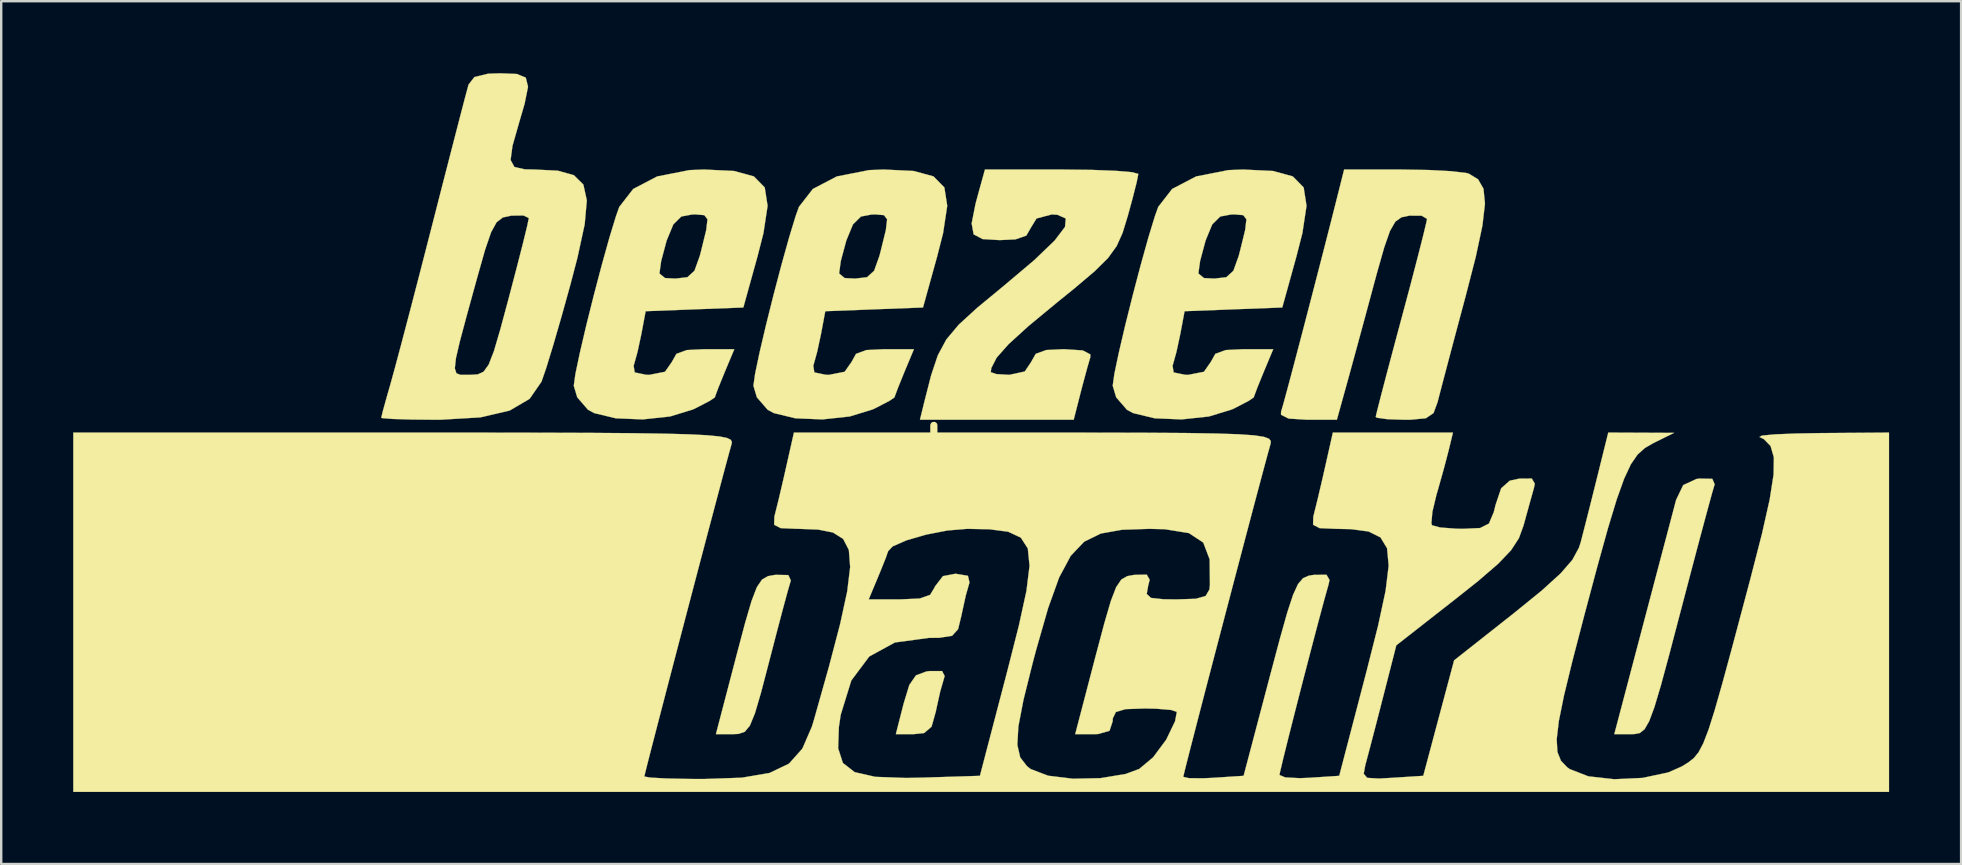
<source format=kicad_pcb>
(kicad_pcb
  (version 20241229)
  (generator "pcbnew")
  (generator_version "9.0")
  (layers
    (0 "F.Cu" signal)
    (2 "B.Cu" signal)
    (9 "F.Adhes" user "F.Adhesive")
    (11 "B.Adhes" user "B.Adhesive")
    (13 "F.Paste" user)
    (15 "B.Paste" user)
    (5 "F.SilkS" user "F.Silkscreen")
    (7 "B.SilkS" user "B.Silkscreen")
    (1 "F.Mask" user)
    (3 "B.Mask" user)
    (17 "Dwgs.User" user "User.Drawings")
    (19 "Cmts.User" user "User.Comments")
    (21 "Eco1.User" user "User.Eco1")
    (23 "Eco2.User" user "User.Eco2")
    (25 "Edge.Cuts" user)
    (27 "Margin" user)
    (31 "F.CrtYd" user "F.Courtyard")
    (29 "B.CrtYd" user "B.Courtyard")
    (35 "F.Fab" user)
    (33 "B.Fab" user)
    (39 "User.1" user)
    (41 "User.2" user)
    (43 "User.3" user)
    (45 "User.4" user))
  (footprint "logo"
    (layer "F.Cu")
    (at 37.971 15.512)
    (property "Reference" "logo" (at 0 0 0) (layer "F.SilkS") (effects (font (size 1.524 1.524) (thickness 0.3))))
    (attr through_hole)
    (fp_poly (pts (xy -1.653 9.611) (xy -1.685 9.719) (xy -1.838 10.248) (xy -2.004 10.998) (xy -2.019 11.077) (xy -2.2 11.722) (xy -2.51 11.987) (xy -2.943 12.032) (xy -3.688 12.032) (xy -3.365 10.762) (xy -3.126 9.98) (xy -2.849 9.581) (xy -2.42 9.422) (xy -2.287 9.403) (xy -1.762 9.402) (xy -1.653 9.611)) (stroke (width 0.01) (type solid)) (fill yes) (layer "F.SilkS"))
    (fp_poly (pts (xy -8.168 5.403) (xy -8.064 5.629) (xy -8.074 5.66) (xy -8.188 6.05) (xy -8.402 6.839) (xy -8.684 7.91) (xy -8.973 9.024) (xy -9.309 10.31) (xy -9.561 11.166) (xy -9.772 11.678) (xy -9.985 11.934) (xy -10.244 12.022) (xy -10.466 12.032) (xy -11.187 12.032) (xy -10.33 8.756) (xy -9.972 7.404) (xy -9.702 6.483) (xy -9.481 5.908) (xy -9.267 5.591) (xy -9.018 5.448) (xy -8.711 5.393) (xy -8.168 5.403)) (stroke (width 0.01) (type solid)) (fill yes) (layer "F.SilkS"))
    (fp_poly (pts (xy 30.336 1.392) (xy 30.435 1.62) (xy 30.425 1.65) (xy 30.32 2.01) (xy 30.104 2.801) (xy 29.799 3.937) (xy 29.43 5.332) (xy 29.019 6.899) (xy 28.987 7.018) (xy 28.534 8.744) (xy 28.188 10.02) (xy 27.921 10.914) (xy 27.705 11.494) (xy 27.513 11.828) (xy 27.319 11.984) (xy 27.094 12.029) (xy 26.965 12.032) (xy 26.252 12.032) (xy 27.433 7.553) (xy 27.837 6.023) (xy 28.207 4.62) (xy 28.517 3.448) (xy 28.737 2.613) (xy 28.827 2.273) (xy 29.123 1.653) (xy 29.672 1.4) (xy 29.797 1.382) (xy 30.336 1.392)) (stroke (width 0.01) (type solid)) (fill yes) (layer "F.SilkS"))
    (fp_poly (pts (xy 18.488 -11.478) (xy 19.436 -11.429) (xy 20.062 -11.358) (xy 20.185 -11.327) (xy 20.575 -11.09) (xy 20.801 -10.696) (xy 20.862 -10.074) (xy 20.755 -9.153) (xy 20.479 -7.861) (xy 20.069 -6.268) (xy 19.695 -4.87) (xy 19.358 -3.601) (xy 19.088 -2.579) (xy 18.916 -1.919) (xy 18.887 -1.805) (xy 18.718 -1.347) (xy 18.399 -1.132) (xy 17.762 -1.071) (xy 17.508 -1.069) (xy 16.791 -1.093) (xy 16.363 -1.153) (xy 16.309 -1.189) (xy 16.376 -1.475) (xy 16.558 -2.185) (xy 16.832 -3.228) (xy 17.174 -4.511) (xy 17.377 -5.266) (xy 17.747 -6.65) (xy 18.061 -7.853) (xy 18.296 -8.778) (xy 18.428 -9.332) (xy 18.447 -9.442) (xy 18.22 -9.574) (xy 17.714 -9.576) (xy 17.382 -9.507) (xy 17.128 -9.326) (xy 16.905 -8.94) (xy 16.665 -8.256) (xy 16.359 -7.18) (xy 16.225 -6.684) (xy 15.866 -5.352) (xy 15.511 -4.047) (xy 15.213 -2.955) (xy 15.08 -2.473) (xy 14.69 -1.069) (xy 13.466 -1.069) (xy 12.678 -1.119) (xy 12.362 -1.279) (xy 12.365 -1.404) (xy 12.468 -1.756) (xy 12.677 -2.529) (xy 12.969 -3.629) (xy 13.318 -4.959) (xy 13.698 -6.422) (xy 14.086 -7.922) (xy 14.455 -9.364) (xy 14.741 -10.494) (xy 14.993 -11.497) (xy 17.367 -11.497) (xy 18.488 -11.478)) (stroke (width 0.01) (type solid)) (fill yes) (layer "F.SilkS"))
    (fp_poly (pts (xy 4.457 -11.483) (xy 5.471 -11.444) (xy 6.158 -11.386) (xy 6.417 -11.315) (xy 6.417 -11.314) (xy 6.35 -10.978) (xy 6.175 -10.288) (xy 5.973 -9.55) (xy 5.76 -8.855) (xy 5.515 -8.31) (xy 5.155 -7.811) (xy 4.593 -7.255) (xy 3.744 -6.537) (xy 3.057 -5.981) (xy 1.842 -4.977) (xy 1.011 -4.221) (xy 0.512 -3.657) (xy 0.291 -3.227) (xy 0.267 -3.053) (xy 0.499 -2.973) (xy 1.038 -2.941) (xy 1.685 -3.081) (xy 1.949 -3.476) (xy 2.14 -3.816) (xy 2.578 -3.975) (xy 3.309 -4.011) (xy 4.101 -3.959) (xy 4.417 -3.793) (xy 4.416 -3.676) (xy 4.284 -3.222) (xy 4.086 -2.487) (xy 4.013 -2.206) (xy 3.723 -1.069) (xy -2.684 -1.069) (xy -2.504 -1.805) (xy -2.217 -2.926) (xy -1.939 -3.755) (xy -1.585 -4.414) (xy -1.069 -5.03) (xy -0.307 -5.728) (xy 0.788 -6.632) (xy 0.8 -6.642) (xy 2.081 -7.723) (xy 2.929 -8.537) (xy 3.361 -9.107) (xy 3.393 -9.458) (xy 3.04 -9.613) (xy 2.802 -9.625) (xy 2.174 -9.457) (xy 1.949 -9.091) (xy 1.75 -8.744) (xy 1.296 -8.587) (xy 0.637 -8.556) (xy -0.074 -8.599) (xy -0.447 -8.796) (xy -0.529 -9.251) (xy -0.368 -10.068) (xy -0.253 -10.494) (xy 0.025 -11.497) (xy 3.221 -11.497) (xy 4.457 -11.483)) (stroke (width 0.01) (type solid)) (fill yes) (layer "F.SilkS"))
    (fp_poly (pts (xy -10.433 -11.437) (xy -9.605 -11.211) (xy -9.152 -10.75) (xy -9.033 -9.985) (xy -9.205 -8.848) (xy -9.457 -7.864) (xy -10.044 -5.748) (xy -12.079 -5.671) (xy -14.115 -5.593) (xy -14.292 -4.649) (xy -14.452 -3.904) (xy -14.604 -3.355) (xy -14.616 -3.323) (xy -14.571 -3.042) (xy -14.092 -2.943) (xy -13.963 -2.941) (xy -13.308 -3.069) (xy -13.024 -3.476) (xy -12.834 -3.815) (xy -12.4 -3.974) (xy -11.652 -4.011) (xy -10.42 -4.011) (xy -10.825 -3.042) (xy -11.082 -2.411) (xy -11.221 -2.037) (xy -11.229 -2.003) (xy -11.445 -1.856) (xy -11.978 -1.579) (xy -12.139 -1.501) (xy -13.095 -1.207) (xy -14.236 -1.084) (xy -15.358 -1.13) (xy -16.259 -1.347) (xy -16.517 -1.486) (xy -16.966 -2.004) (xy -17.11 -2.488) (xy -17.041 -2.982) (xy -16.856 -3.862) (xy -16.59 -4.999) (xy -16.273 -6.265) (xy -16.036 -7.166) (xy -13.54 -7.166) (xy -13.307 -6.975) (xy -12.871 -6.952) (xy -12.376 -7.01) (xy -12.081 -7.278) (xy -11.859 -7.895) (xy -11.796 -8.139) (xy -11.59 -8.978) (xy -11.538 -9.422) (xy -11.67 -9.596) (xy -12.019 -9.626) (xy -12.172 -9.625) (xy -12.629 -9.539) (xy -12.961 -9.211) (xy -13.24 -8.538) (xy -13.468 -7.687) (xy -13.54 -7.166) (xy -16.036 -7.166) (xy -15.939 -7.533) (xy -15.621 -8.673) (xy -15.35 -9.558) (xy -15.213 -9.941) (xy -14.633 -10.688) (xy -13.633 -11.21) (xy -12.292 -11.473) (xy -11.679 -11.497) (xy -10.433 -11.437)) (stroke (width 0.01) (type solid)) (fill yes) (layer "F.SilkS"))
    (fp_poly (pts (xy -2.947 -11.437) (xy -2.119 -11.211) (xy -1.666 -10.75) (xy -1.547 -9.985) (xy -1.719 -8.848) (xy -1.97 -7.864) (xy -2.557 -5.748) (xy -4.593 -5.671) (xy -6.629 -5.593) (xy -6.806 -4.649) (xy -6.966 -3.904) (xy -7.118 -3.355) (xy -7.13 -3.323) (xy -7.085 -3.042) (xy -6.606 -2.943) (xy -6.477 -2.941) (xy -5.822 -3.069) (xy -5.537 -3.476) (xy -5.348 -3.815) (xy -4.914 -3.974) (xy -4.166 -4.011) (xy -2.934 -4.011) (xy -3.339 -3.042) (xy -3.595 -2.411) (xy -3.735 -2.037) (xy -3.743 -2.003) (xy -3.958 -1.856) (xy -4.491 -1.579) (xy -4.653 -1.501) (xy -5.609 -1.207) (xy -6.75 -1.084) (xy -7.872 -1.13) (xy -8.773 -1.347) (xy -9.031 -1.486) (xy -9.48 -2.004) (xy -9.624 -2.488) (xy -9.554 -2.982) (xy -9.37 -3.862) (xy -9.103 -4.999) (xy -8.787 -6.265) (xy -8.549 -7.166) (xy -6.053 -7.166) (xy -5.821 -6.975) (xy -5.384 -6.952) (xy -4.889 -7.01) (xy -4.594 -7.278) (xy -4.373 -7.895) (xy -4.31 -8.139) (xy -4.104 -8.978) (xy -4.052 -9.422) (xy -4.184 -9.596) (xy -4.533 -9.626) (xy -4.686 -9.625) (xy -5.142 -9.539) (xy -5.475 -9.211) (xy -5.753 -8.538) (xy -5.982 -7.687) (xy -6.053 -7.166) (xy -8.549 -7.166) (xy -8.453 -7.533) (xy -8.134 -8.673) (xy -7.864 -9.558) (xy -7.727 -9.941) (xy -7.147 -10.688) (xy -6.147 -11.21) (xy -4.806 -11.473) (xy -4.193 -11.497) (xy -2.947 -11.437)) (stroke (width 0.01) (type solid)) (fill yes) (layer "F.SilkS"))
    (fp_poly (pts (xy 12.026 -11.437) (xy 12.854 -11.211) (xy 13.307 -10.75) (xy 13.426 -9.985) (xy 13.254 -8.848) (xy 13.002 -7.864) (xy 12.415 -5.748) (xy 10.38 -5.671) (xy 8.344 -5.593) (xy 8.167 -4.649) (xy 8.007 -3.904) (xy 7.855 -3.355) (xy 7.843 -3.323) (xy 7.888 -3.042) (xy 8.367 -2.943) (xy 8.496 -2.941) (xy 9.151 -3.069) (xy 9.435 -3.476) (xy 9.625 -3.815) (xy 10.059 -3.974) (xy 10.807 -4.011) (xy 12.039 -4.011) (xy 11.634 -3.042) (xy 11.377 -2.411) (xy 11.238 -2.037) (xy 11.229 -2.003) (xy 11.014 -1.856) (xy 10.481 -1.579) (xy 10.32 -1.501) (xy 9.364 -1.207) (xy 8.223 -1.084) (xy 7.101 -1.13) (xy 6.2 -1.347) (xy 5.942 -1.486) (xy 5.493 -2.004) (xy 5.349 -2.488) (xy 5.418 -2.982) (xy 5.603 -3.862) (xy 5.869 -4.999) (xy 6.186 -6.265) (xy 6.423 -7.166) (xy 8.919 -7.166) (xy 9.152 -6.975) (xy 9.588 -6.952) (xy 10.083 -7.01) (xy 10.378 -7.278) (xy 10.6 -7.895) (xy 10.663 -8.139) (xy 10.869 -8.978) (xy 10.921 -9.422) (xy 10.789 -9.596) (xy 10.44 -9.626) (xy 10.287 -9.625) (xy 9.83 -9.539) (xy 9.497 -9.211) (xy 9.219 -8.538) (xy 8.991 -7.687) (xy 8.919 -7.166) (xy 6.423 -7.166) (xy 6.52 -7.533) (xy 6.838 -8.673) (xy 7.109 -9.558) (xy 7.246 -9.941) (xy 7.826 -10.688) (xy 8.826 -11.21) (xy 10.167 -11.473) (xy 10.78 -11.497) (xy 12.026 -11.437)) (stroke (width 0.01) (type solid)) (fill yes) (layer "F.SilkS"))
    (fp_poly (pts (xy -19.481 -15.479) (xy -19.11 -15.327) (xy -19.016 -14.946) (xy -19.16 -14.234) (xy -19.381 -13.478) (xy -19.664 -12.485) (xy -19.743 -11.895) (xy -19.584 -11.603) (xy -19.155 -11.506) (xy -18.738 -11.497) (xy -17.776 -11.449) (xy -17.106 -11.261) (xy -16.71 -10.87) (xy -16.566 -10.21) (xy -16.655 -9.218) (xy -16.956 -7.827) (xy -17.252 -6.697) (xy -17.62 -5.373) (xy -17.968 -4.174) (xy -18.257 -3.23) (xy -18.45 -2.67) (xy -18.455 -2.657) (xy -18.95 -1.942) (xy -19.781 -1.453) (xy -21.003 -1.169) (xy -22.674 -1.07) (xy -22.834 -1.069) (xy -23.867 -1.079) (xy -24.66 -1.103) (xy -25.09 -1.138) (xy -25.133 -1.155) (xy -25.065 -1.437) (xy -24.89 -2.068) (xy -24.749 -2.558) (xy -24.569 -3.212) (xy -22.067 -3.212) (xy -22.001 -3.005) (xy -21.827 -2.94) (xy -21.55 -2.94) (xy -21.436 -2.941) (xy -21.112 -2.96) (xy -20.866 -3.074) (xy -20.657 -3.367) (xy -20.439 -3.926) (xy -20.172 -4.835) (xy -19.827 -6.115) (xy -19.503 -7.349) (xy -19.236 -8.39) (xy -19.054 -9.133) (xy -18.983 -9.471) (xy -18.983 -9.475) (xy -19.211 -9.583) (xy -19.716 -9.576) (xy -20.063 -9.501) (xy -20.324 -9.304) (xy -20.554 -8.888) (xy -20.806 -8.153) (xy -21.133 -7.001) (xy -21.146 -6.952) (xy -21.566 -5.429) (xy -21.855 -4.348) (xy -22.021 -3.634) (xy -22.067 -3.212) (xy -24.569 -3.212) (xy -24.565 -3.224) (xy -24.277 -4.305) (xy -23.911 -5.697) (xy -23.496 -7.296) (xy -23.058 -8.999) (xy -23 -9.224) (xy -22.581 -10.862) (xy -22.199 -12.344) (xy -21.879 -13.583) (xy -21.641 -14.495) (xy -21.507 -14.993) (xy -21.494 -15.039) (xy -21.25 -15.352) (xy -20.681 -15.49) (xy -20.168 -15.507) (xy -19.481 -15.479)) (stroke (width 0.01) (type solid)) (fill yes) (layer "F.SilkS"))
    (fp_poly (pts (xy -21.109 -0.534) (xy -18.531 -0.53) (xy -16.404 -0.523) (xy -14.684 -0.51) (xy -13.33 -0.49) (xy -12.3 -0.462) (xy -11.551 -0.424) (xy -11.041 -0.374) (xy -10.727 -0.312) (xy -10.568 -0.235) (xy -10.52 -0.143) (xy -10.532 -0.067) (xy -10.65 0.357) (xy -10.874 1.188) (xy -11.181 2.344) (xy -11.552 3.743) (xy -11.963 5.302) (xy -12.393 6.939) (xy -12.821 8.572) (xy -13.225 10.117) (xy -13.583 11.493) (xy -13.874 12.617) (xy -14.076 13.406) (xy -14.167 13.779) (xy -14.171 13.797) (xy -13.923 13.843) (xy -13.258 13.879) (xy -12.294 13.899) (xy -11.697 13.902) (xy -10.108 13.847) (xy -8.953 13.65) (xy -8.142 13.262) (xy -7.584 12.635) (xy -7.578 12.622) (xy -6.093 12.622) (xy -5.896 13.233) (xy -5.403 13.616) (xy -4.547 13.811) (xy -3.26 13.858) (xy -2.566 13.844) (xy -0.185 13.769) (xy 0.153 12.476) (xy 1.374 12.476) (xy 1.494 13) (xy 1.778 13.368) (xy 1.931 13.487) (xy 2.657 13.764) (xy 3.693 13.89) (xy 4.837 13.866) (xy 5.887 13.692) (xy 6.451 13.484) (xy 7.031 13) (xy 7.579 12.262) (xy 7.948 11.494) (xy 8.021 11.104) (xy 7.78 11.023) (xy 7.165 10.972) (xy 6.684 10.962) (xy 5.882 10.99) (xy 5.482 11.11) (xy 5.353 11.373) (xy 5.347 11.497) (xy 5.217 11.892) (xy 4.737 12.028) (xy 4.567 12.032) (xy 3.786 12.032) (xy 4.642 8.756) (xy 5.002 7.403) (xy 5.271 6.482) (xy 5.493 5.906) (xy 5.707 5.59) (xy 5.956 5.447) (xy 6.249 5.394) (xy 6.768 5.384) (xy 6.889 5.596) (xy 6.824 5.862) (xy 6.767 6.189) (xy 6.943 6.354) (xy 7.467 6.411) (xy 8.003 6.417) (xy 8.81 6.391) (xy 9.222 6.275) (xy 9.377 6.008) (xy 9.4 5.815) (xy 9.388 4.745) (xy 9.122 4.048) (xy 8.525 3.654) (xy 7.521 3.492) (xy 6.874 3.476) (xy 5.742 3.514) (xy 4.856 3.671) (xy 4.161 4.011) (xy 3.6 4.6) (xy 3.118 5.5) (xy 2.658 6.778) (xy 2.165 8.496) (xy 2.007 9.091) (xy 1.629 10.609) (xy 1.418 11.709) (xy 1.374 12.476) (xy 0.153 12.476) (xy 0.959 9.395) (xy 1.44 7.503) (xy 1.754 6.064) (xy 1.883 5.015) (xy 1.811 4.295) (xy 1.519 3.842) (xy 0.99 3.596) (xy 0.207 3.494) (xy -0.717 3.476) (xy -1.532 3.544) (xy -2.425 3.717) (xy -3.24 3.953) (xy -3.819 4.206) (xy -4.011 4.409) (xy -4.103 4.676) (xy -4.334 5.252) (xy -4.415 5.448) (xy -4.82 6.417) (xy -3.511 6.417) (xy -2.693 6.379) (xy -2.261 6.228) (xy -2.07 5.912) (xy -2.061 5.882) (xy -1.727 5.447) (xy -1.2 5.347) (xy -0.684 5.433) (xy -0.619 5.716) (xy -0.624 5.729) (xy -0.771 6.242) (xy -0.934 6.983) (xy -0.95 7.066) (xy -1.094 7.657) (xy -1.346 7.934) (xy -1.873 8.016) (xy -2.316 8.021) (xy -3.727 8.212) (xy -4.797 8.797) (xy -5.544 9.795) (xy -5.986 11.224) (xy -6.063 11.74) (xy -6.093 12.622) (xy -7.578 12.622) (xy -7.187 11.719) (xy -7.102 11.44) (xy -6.474 9.212) (xy -6.01 7.442) (xy -5.714 6.078) (xy -5.592 5.067) (xy -5.647 4.356) (xy -5.885 3.895) (xy -6.31 3.629) (xy -6.927 3.507) (xy -7.74 3.476) (xy -7.807 3.476) (xy -8.487 3.447) (xy -8.76 3.306) (xy -8.751 2.971) (xy -8.727 2.874) (xy -8.576 2.267) (xy -8.37 1.389) (xy -8.252 0.869) (xy -7.936 -0.535) (xy 2.066 -0.535) (xy 4.644 -0.533) (xy 6.736 -0.528) (xy 8.392 -0.517) (xy 9.662 -0.496) (xy 10.594 -0.465) (xy 11.239 -0.42) (xy 11.645 -0.359) (xy 11.861 -0.28) (xy 11.938 -0.181) (xy 11.927 -0.067) (xy 11.805 0.371) (xy 11.578 1.215) (xy 11.267 2.381) (xy 10.895 3.787) (xy 10.483 5.352) (xy 10.052 6.992) (xy 9.624 8.625) (xy 9.221 10.168) (xy 8.865 11.54) (xy 8.577 12.657) (xy 8.378 13.437) (xy 8.291 13.797) (xy 8.288 13.811) (xy 8.527 13.867) (xy 9.135 13.871) (xy 9.546 13.851) (xy 10.804 13.769) (xy 11.898 9.625) (xy 12.31 8.076) (xy 12.621 6.969) (xy 12.865 6.226) (xy 13.074 5.773) (xy 13.282 5.532) (xy 13.522 5.428) (xy 13.739 5.394) (xy 14.26 5.391) (xy 14.384 5.609) (xy 14.344 5.795) (xy 14.165 6.433) (xy 13.909 7.388) (xy 13.603 8.551) (xy 13.275 9.811) (xy 12.955 11.058) (xy 12.67 12.182) (xy 12.449 13.072) (xy 12.32 13.619) (xy 12.299 13.734) (xy 12.538 13.835) (xy 13.144 13.867) (xy 13.544 13.851) (xy 14.789 13.769) (xy 15.932 9.395) (xy 16.411 7.502) (xy 16.721 6.06) (xy 16.849 5.008) (xy 16.782 4.286) (xy 16.507 3.832) (xy 16.011 3.587) (xy 15.28 3.489) (xy 14.652 3.476) (xy 13.972 3.447) (xy 13.699 3.306) (xy 13.708 2.971) (xy 13.732 2.874) (xy 13.883 2.267) (xy 14.089 1.389) (xy 14.207 0.869) (xy 14.523 -0.535) (xy 19.528 -0.535) (xy 19.35 0.201) (xy 19.157 0.939) (xy 18.903 1.845) (xy 18.84 2.058) (xy 18.67 2.771) (xy 18.63 3.247) (xy 18.657 3.328) (xy 18.994 3.42) (xy 19.659 3.471) (xy 19.937 3.476) (xy 20.658 3.443) (xy 21.027 3.257) (xy 21.229 2.781) (xy 21.305 2.473) (xy 21.537 1.786) (xy 21.895 1.47) (xy 22.291 1.384) (xy 22.814 1.38) (xy 22.94 1.597) (xy 22.9 1.785) (xy 22.74 2.354) (xy 22.521 3.149) (xy 22.468 3.342) (xy 22.276 3.866) (xy 21.95 4.368) (xy 21.411 4.933) (xy 20.578 5.651) (xy 19.672 6.371) (xy 17.167 8.331) (xy 16.608 10.516) (xy 16.327 11.608) (xy 16.077 12.565) (xy 15.904 13.217) (xy 15.876 13.318) (xy 15.809 13.684) (xy 15.956 13.854) (xy 16.437 13.883) (xy 16.997 13.852) (xy 18.291 13.769) (xy 18.933 11.363) (xy 19.576 8.957) (xy 22.089 6.974) (xy 23.235 6.043) (xy 24.015 5.334) (xy 24.505 4.768) (xy 24.779 4.263) (xy 24.853 4.033) (xy 25.051 3.264) (xy 25.315 2.22) (xy 25.552 1.27) (xy 26 -0.535) (xy 28.742 -0.523) (xy 27.885 -0.1) (xy 27.528 0.106) (xy 27.222 0.381) (xy 26.941 0.788) (xy 26.658 1.394) (xy 26.349 2.261) (xy 25.987 3.453) (xy 25.547 5.036) (xy 25.003 7.073) (xy 25 7.085) (xy 24.508 8.973) (xy 24.157 10.416) (xy 23.94 11.485) (xy 23.851 12.248) (xy 23.882 12.777) (xy 24.028 13.14) (xy 24.282 13.406) (xy 24.39 13.487) (xy 25.171 13.79) (xy 26.251 13.911) (xy 27.428 13.856) (xy 28.5 13.628) (xy 29.066 13.378) (xy 29.338 13.209) (xy 29.564 13.032) (xy 29.764 12.786) (xy 29.961 12.412) (xy 30.178 11.849) (xy 30.435 11.037) (xy 30.755 9.914) (xy 31.161 8.422) (xy 31.673 6.5) (xy 31.931 5.529) (xy 32.409 3.67) (xy 32.727 2.255) (xy 32.889 1.219) (xy 32.901 0.498) (xy 32.765 0.026) (xy 32.486 -0.261) (xy 32.302 -0.352) (xy 32.404 -0.41) (xy 32.948 -0.461) (xy 33.843 -0.497) (xy 34.825 -0.514) (xy 37.699 -0.535) (xy 37.699 14.438) (xy -37.966 14.438) (xy -37.966 -0.535) (xy -24.179 -0.535) (xy -21.109 -0.534)) (stroke (width 0.01) (type solid)) (fill yes) (layer "F.SilkS")))
  (gr_rect
    (start -3 -3)
    (end 78.675 32.955)
    (stroke (width 0.1) (type default))
    (fill no)
    (layer "Edge.Cuts")))
</source>
